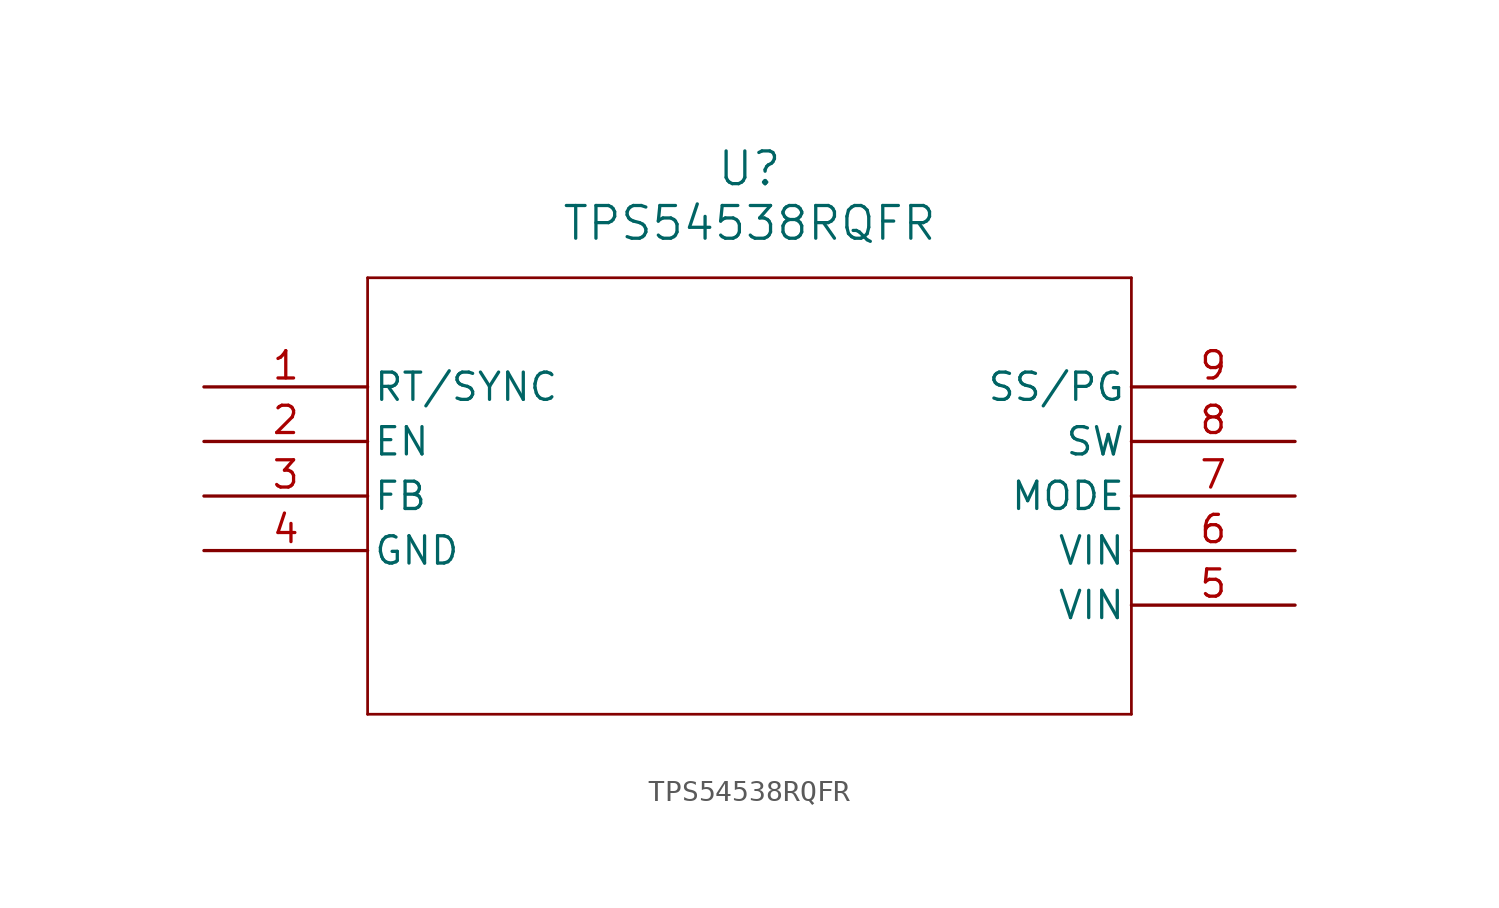
<source format=kicad_sym>
(kicad_symbol_lib
  (version 20211014)
  (generator kicad_symbol_editor)
  (symbol "TPS54538RQFR"
    (pin_names
      (offset 0.254))
    (property "Reference" "U"
      (at 25.4 10.16 0)
      (effects (font (size 1.524 1.524))))
    (property "Value" "TPS54538RQFR"
      (at 25.4 7.62 0)
      (effects (font (size 1.524 1.524))))
    (symbol "TPS54538RQFR_0_1"
      (polyline (pts (xy 7.62 5.08) (xy 7.62 -15.24)) (stroke (width 0.127) (type default) (color 0 0 0 0)) (fill (type none)))
      (polyline (pts (xy 7.62 -15.24) (xy 43.18 -15.24)) (stroke (width 0.127) (type default) (color 0 0 0 0)) (fill (type none)))
      (polyline (pts (xy 43.18 -15.24) (xy 43.18 5.08)) (stroke (width 0.127) (type default) (color 0 0 0 0)) (fill (type none)))
      (polyline (pts (xy 43.18 5.08) (xy 7.62 5.08)) (stroke (width 0.127) (type default) (color 0 0 0 0)) (fill (type none)))
      (pin unspecified line (at 0 0 0) (length 7.62) (name "RT/SYNC" (effects (font (size 1.27 1.27)))) (number "1" (effects (font (size 1.27 1.27)))))
      (pin unspecified line (at 0 -2.54 0) (length 7.62) (name "EN" (effects (font (size 1.27 1.27)))) (number "2" (effects (font (size 1.27 1.27)))))
      (pin unspecified line (at 0 -5.08 0) (length 7.62) (name "FB" (effects (font (size 1.27 1.27)))) (number "3" (effects (font (size 1.27 1.27)))))
      (pin power_out line (at 0 -7.62 0) (length 7.62) (name "GND" (effects (font (size 1.27 1.27)))) (number "4" (effects (font (size 1.27 1.27)))))
      (pin power_in line (at 50.8 -10.16 180) (length 7.62) (name "VIN" (effects (font (size 1.27 1.27)))) (number "5" (effects (font (size 1.27 1.27)))))
      (pin power_in line (at 50.8 -7.62 180) (length 7.62) (name "VIN" (effects (font (size 1.27 1.27)))) (number "6" (effects (font (size 1.27 1.27)))))
      (pin unspecified line (at 50.8 -5.08 180) (length 7.62) (name "MODE" (effects (font (size 1.27 1.27)))) (number "7" (effects (font (size 1.27 1.27)))))
      (pin power_in line (at 50.8 -2.54 180) (length 7.62) (name "SW" (effects (font (size 1.27 1.27)))) (number "8" (effects (font (size 1.27 1.27)))))
      (pin unspecified line (at 50.8 0 180) (length 7.62) (name "SS/PG" (effects (font (size 1.27 1.27)))) (number "9" (effects (font (size 1.27 1.27))))))))
</source>
